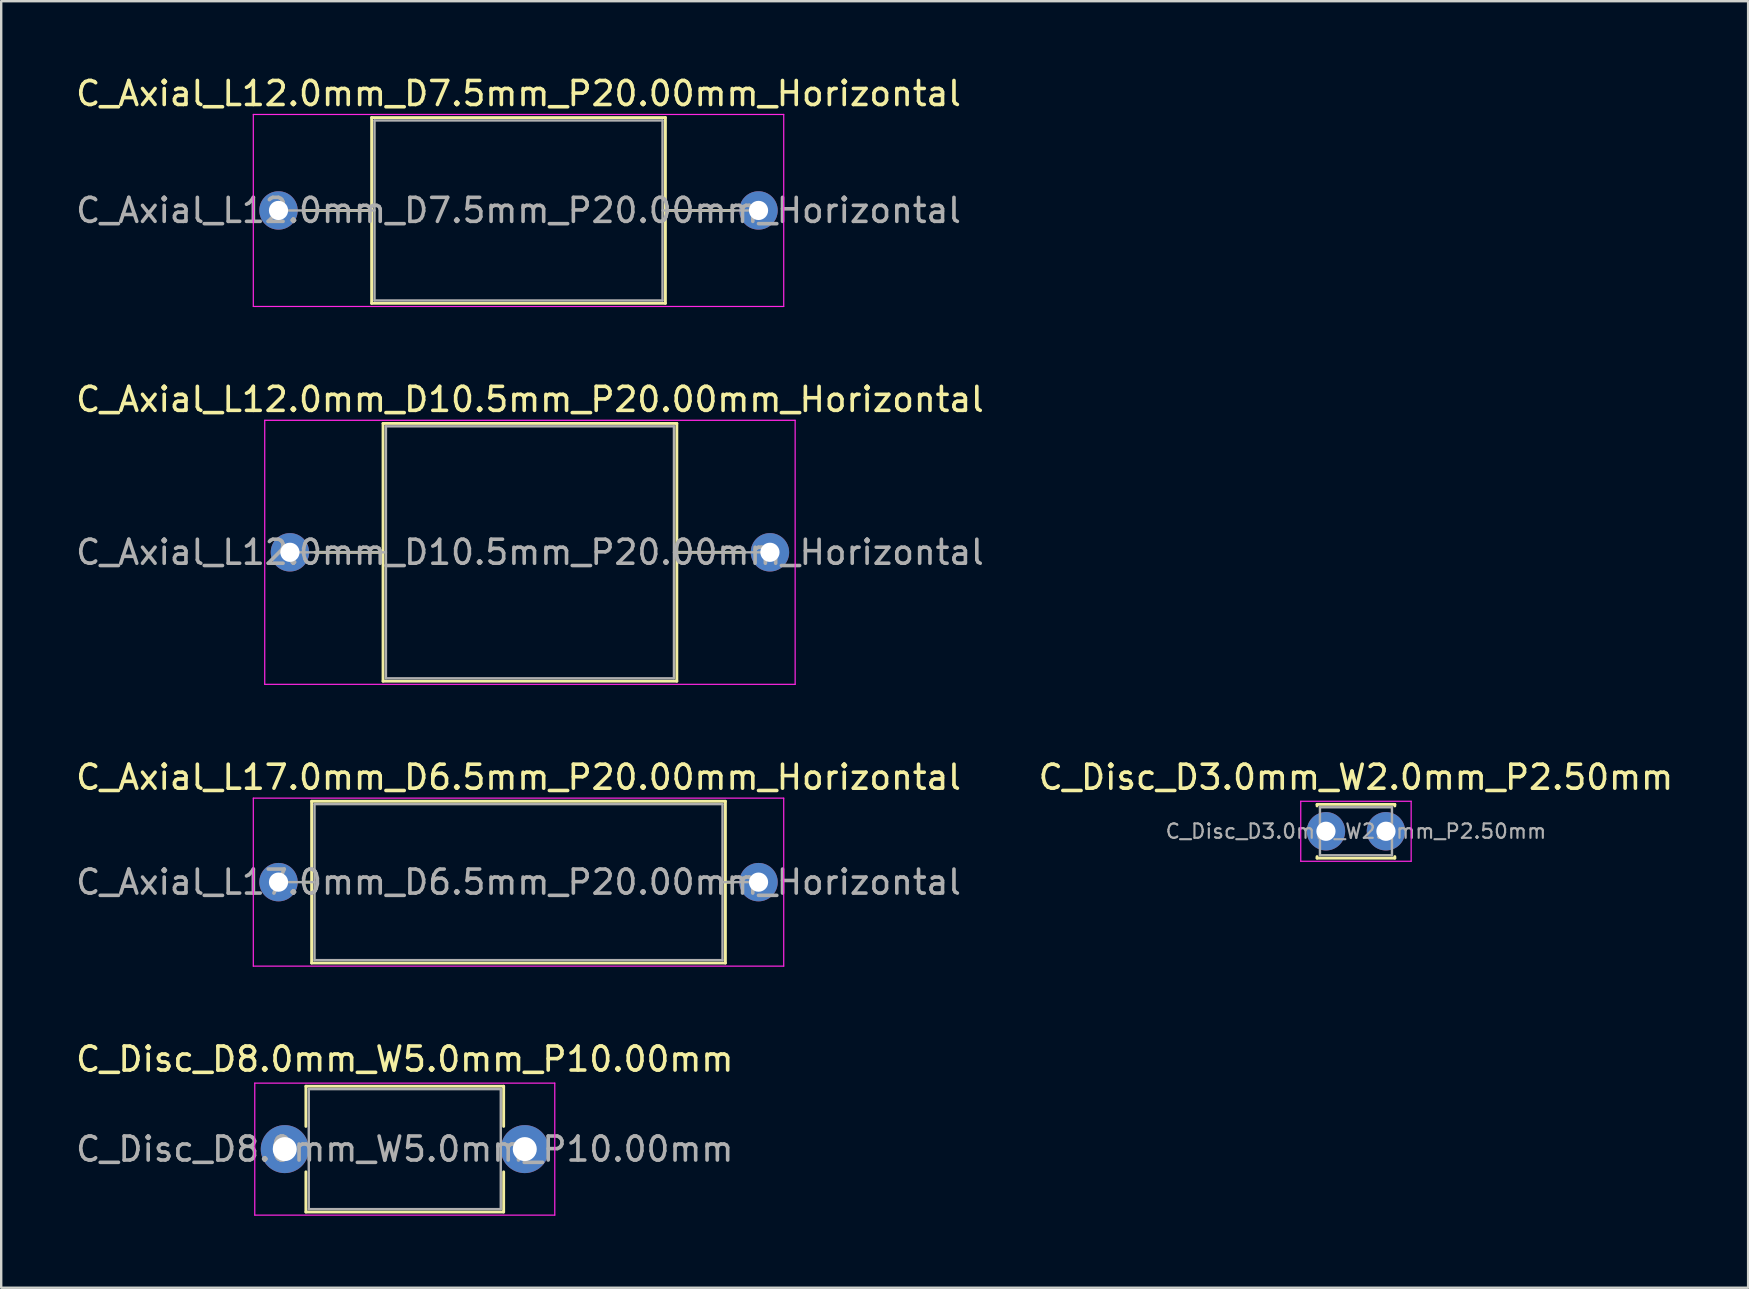
<source format=kicad_pcb>
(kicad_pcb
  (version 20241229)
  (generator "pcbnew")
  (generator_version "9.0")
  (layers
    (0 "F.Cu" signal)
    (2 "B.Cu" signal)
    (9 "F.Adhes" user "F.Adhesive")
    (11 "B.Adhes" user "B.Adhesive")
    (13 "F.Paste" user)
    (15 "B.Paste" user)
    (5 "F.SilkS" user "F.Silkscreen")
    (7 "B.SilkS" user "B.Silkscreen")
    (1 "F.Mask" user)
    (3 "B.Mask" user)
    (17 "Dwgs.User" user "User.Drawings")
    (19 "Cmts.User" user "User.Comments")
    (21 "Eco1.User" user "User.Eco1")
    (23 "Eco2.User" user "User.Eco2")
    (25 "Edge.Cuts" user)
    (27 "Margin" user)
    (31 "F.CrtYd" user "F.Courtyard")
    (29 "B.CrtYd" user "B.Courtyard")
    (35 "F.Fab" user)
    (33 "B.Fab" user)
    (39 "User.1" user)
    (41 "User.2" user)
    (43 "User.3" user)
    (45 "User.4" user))
  (footprint "C_Disc_D3.0mm_W2.0mm_P2.50mm"
    (layer "F.Cu")
    (at 52.196 31.585)
    (property "Reference" "C_Disc_D3.0mm_W2.0mm_P2.50mm" (at 1.25 -2.25 0) (layer "F.SilkS") (effects (font (size 1 1) (thickness 0.15))))
    (attr through_hole)
    (fp_line (start -0.37 -1.12) (end -0.37 -1.055) (stroke (width 0.12) (type solid)) (layer "F.SilkS"))
    (fp_line (start -0.37 -1.12) (end 2.87 -1.12) (stroke (width 0.12) (type solid)) (layer "F.SilkS"))
    (fp_line (start -0.37 1.055) (end -0.37 1.12) (stroke (width 0.12) (type solid)) (layer "F.SilkS"))
    (fp_line (start -0.37 1.12) (end 2.87 1.12) (stroke (width 0.12) (type solid)) (layer "F.SilkS"))
    (fp_line (start 2.87 -1.12) (end 2.87 -1.055) (stroke (width 0.12) (type solid)) (layer "F.SilkS"))
    (fp_line (start 2.87 1.055) (end 2.87 1.12) (stroke (width 0.12) (type solid)) (layer "F.SilkS"))
    (fp_line (start -1.05 -1.25) (end -1.05 1.25) (stroke (width 0.05) (type solid)) (layer "F.CrtYd"))
    (fp_line (start -1.05 1.25) (end 3.55 1.25) (stroke (width 0.05) (type solid)) (layer "F.CrtYd"))
    (fp_line (start 3.55 -1.25) (end -1.05 -1.25) (stroke (width 0.05) (type solid)) (layer "F.CrtYd"))
    (fp_line (start 3.55 1.25) (end 3.55 -1.25) (stroke (width 0.05) (type solid)) (layer "F.CrtYd"))
    (fp_line (start -0.25 -1) (end -0.25 1) (stroke (width 0.1) (type solid)) (layer "F.Fab"))
    (fp_line (start -0.25 1) (end 2.75 1) (stroke (width 0.1) (type solid)) (layer "F.Fab"))
    (fp_line (start 2.75 -1) (end -0.25 -1) (stroke (width 0.1) (type solid)) (layer "F.Fab"))
    (fp_line (start 2.75 1) (end 2.75 -1) (stroke (width 0.1) (type solid)) (layer "F.Fab"))
    (fp_text user "${REFERENCE}" (at 1.25 0 0) (layer "F.Fab") (effects (font (size 0.6 0.6) (thickness 0.09))))
    (pad "1" thru_hole circle (at 0 0) (size 1.6 1.6) (drill 0.8) (layers "*.Cu" "*.Mask"))
    (pad "2" thru_hole circle (at 2.5 0) (size 1.6 1.6) (drill 0.8) (layers "*.Cu" "*.Mask")))
  (footprint "C_Axial_L12.0mm_D10.5mm_P20.00mm_Horizontal"
    (layer "F.Cu")
    (at 9.03 19.962)
    (property "Reference" "C_Axial_L12.0mm_D10.5mm_P20.00mm_Horizontal" (at 10 -6.37 0) (layer "F.SilkS") (effects (font (size 1 1) (thickness 0.15))))
    (attr through_hole)
    (fp_line (start 1.04 0) (end 3.88 0) (stroke (width 0.12) (type solid)) (layer "F.SilkS"))
    (fp_line (start 3.88 -5.37) (end 3.88 5.37) (stroke (width 0.12) (type solid)) (layer "F.SilkS"))
    (fp_line (start 3.88 5.37) (end 16.12 5.37) (stroke (width 0.12) (type solid)) (layer "F.SilkS"))
    (fp_line (start 16.12 -5.37) (end 3.88 -5.37) (stroke (width 0.12) (type solid)) (layer "F.SilkS"))
    (fp_line (start 16.12 5.37) (end 16.12 -5.37) (stroke (width 0.12) (type solid)) (layer "F.SilkS"))
    (fp_line (start 18.96 0) (end 16.12 0) (stroke (width 0.12) (type solid)) (layer "F.SilkS"))
    (fp_line (start -1.05 -5.5) (end -1.05 5.5) (stroke (width 0.05) (type solid)) (layer "F.CrtYd"))
    (fp_line (start -1.05 5.5) (end 21.05 5.5) (stroke (width 0.05) (type solid)) (layer "F.CrtYd"))
    (fp_line (start 21.05 -5.5) (end -1.05 -5.5) (stroke (width 0.05) (type solid)) (layer "F.CrtYd"))
    (fp_line (start 21.05 5.5) (end 21.05 -5.5) (stroke (width 0.05) (type solid)) (layer "F.CrtYd"))
    (fp_line (start 0 0) (end 4 0) (stroke (width 0.1) (type solid)) (layer "F.Fab"))
    (fp_line (start 4 -5.25) (end 4 5.25) (stroke (width 0.1) (type solid)) (layer "F.Fab"))
    (fp_line (start 4 5.25) (end 16 5.25) (stroke (width 0.1) (type solid)) (layer "F.Fab"))
    (fp_line (start 16 -5.25) (end 4 -5.25) (stroke (width 0.1) (type solid)) (layer "F.Fab"))
    (fp_line (start 16 5.25) (end 16 -5.25) (stroke (width 0.1) (type solid)) (layer "F.Fab"))
    (fp_line (start 20 0) (end 16 0) (stroke (width 0.1) (type solid)) (layer "F.Fab"))
    (fp_text user "${REFERENCE}" (at 10 0 0) (layer "F.Fab") (effects (font (size 1 1) (thickness 0.15))))
    (pad "1" thru_hole circle (at 0 0) (size 1.6 1.6) (drill 0.8) (layers "*.Cu" "*.Mask"))
    (pad "2" thru_hole oval (at 20 0) (size 1.6 1.6) (drill 0.8) (layers "*.Cu" "*.Mask")))
  (footprint "C_Axial_L12.0mm_D7.5mm_P20.00mm_Horizontal"
    (layer "F.Cu")
    (at 8.554 5.718)
    (property "Reference" "C_Axial_L12.0mm_D7.5mm_P20.00mm_Horizontal" (at 10 -4.87 0) (layer "F.SilkS") (effects (font (size 1 1) (thickness 0.15))))
    (attr through_hole)
    (fp_line (start 1.04 0) (end 3.88 0) (stroke (width 0.12) (type solid)) (layer "F.SilkS"))
    (fp_line (start 3.88 -3.87) (end 3.88 3.87) (stroke (width 0.12) (type solid)) (layer "F.SilkS"))
    (fp_line (start 3.88 3.87) (end 16.12 3.87) (stroke (width 0.12) (type solid)) (layer "F.SilkS"))
    (fp_line (start 16.12 -3.87) (end 3.88 -3.87) (stroke (width 0.12) (type solid)) (layer "F.SilkS"))
    (fp_line (start 16.12 3.87) (end 16.12 -3.87) (stroke (width 0.12) (type solid)) (layer "F.SilkS"))
    (fp_line (start 18.96 0) (end 16.12 0) (stroke (width 0.12) (type solid)) (layer "F.SilkS"))
    (fp_line (start -1.05 -4) (end -1.05 4) (stroke (width 0.05) (type solid)) (layer "F.CrtYd"))
    (fp_line (start -1.05 4) (end 21.05 4) (stroke (width 0.05) (type solid)) (layer "F.CrtYd"))
    (fp_line (start 21.05 -4) (end -1.05 -4) (stroke (width 0.05) (type solid)) (layer "F.CrtYd"))
    (fp_line (start 21.05 4) (end 21.05 -4) (stroke (width 0.05) (type solid)) (layer "F.CrtYd"))
    (fp_line (start 0 0) (end 4 0) (stroke (width 0.1) (type solid)) (layer "F.Fab"))
    (fp_line (start 4 -3.75) (end 4 3.75) (stroke (width 0.1) (type solid)) (layer "F.Fab"))
    (fp_line (start 4 3.75) (end 16 3.75) (stroke (width 0.1) (type solid)) (layer "F.Fab"))
    (fp_line (start 16 -3.75) (end 4 -3.75) (stroke (width 0.1) (type solid)) (layer "F.Fab"))
    (fp_line (start 16 3.75) (end 16 -3.75) (stroke (width 0.1) (type solid)) (layer "F.Fab"))
    (fp_line (start 20 0) (end 16 0) (stroke (width 0.1) (type solid)) (layer "F.Fab"))
    (fp_text user "${REFERENCE}" (at 10 0 0) (layer "F.Fab") (effects (font (size 1 1) (thickness 0.15))))
    (pad "1" thru_hole circle (at 0 0) (size 1.6 1.6) (drill 0.8) (layers "*.Cu" "*.Mask"))
    (pad "2" thru_hole oval (at 20 0) (size 1.6 1.6) (drill 0.8) (layers "*.Cu" "*.Mask")))
  (footprint "C_Axial_L17.0mm_D6.5mm_P20.00mm_Horizontal"
    (layer "F.Cu")
    (at 8.554 33.705)
    (property "Reference" "C_Axial_L17.0mm_D6.5mm_P20.00mm_Horizontal" (at 10 -4.37 0) (layer "F.SilkS") (effects (font (size 1 1) (thickness 0.15))))
    (attr through_hole)
    (fp_line (start 1.04 0) (end 1.38 0) (stroke (width 0.12) (type solid)) (layer "F.SilkS"))
    (fp_line (start 1.38 -3.37) (end 1.38 3.37) (stroke (width 0.12) (type solid)) (layer "F.SilkS"))
    (fp_line (start 1.38 3.37) (end 18.62 3.37) (stroke (width 0.12) (type solid)) (layer "F.SilkS"))
    (fp_line (start 18.62 -3.37) (end 1.38 -3.37) (stroke (width 0.12) (type solid)) (layer "F.SilkS"))
    (fp_line (start 18.62 3.37) (end 18.62 -3.37) (stroke (width 0.12) (type solid)) (layer "F.SilkS"))
    (fp_line (start 18.96 0) (end 18.62 0) (stroke (width 0.12) (type solid)) (layer "F.SilkS"))
    (fp_line (start -1.05 -3.5) (end -1.05 3.5) (stroke (width 0.05) (type solid)) (layer "F.CrtYd"))
    (fp_line (start -1.05 3.5) (end 21.05 3.5) (stroke (width 0.05) (type solid)) (layer "F.CrtYd"))
    (fp_line (start 21.05 -3.5) (end -1.05 -3.5) (stroke (width 0.05) (type solid)) (layer "F.CrtYd"))
    (fp_line (start 21.05 3.5) (end 21.05 -3.5) (stroke (width 0.05) (type solid)) (layer "F.CrtYd"))
    (fp_line (start 0 0) (end 1.5 0) (stroke (width 0.1) (type solid)) (layer "F.Fab"))
    (fp_line (start 1.5 -3.25) (end 1.5 3.25) (stroke (width 0.1) (type solid)) (layer "F.Fab"))
    (fp_line (start 1.5 3.25) (end 18.5 3.25) (stroke (width 0.1) (type solid)) (layer "F.Fab"))
    (fp_line (start 18.5 -3.25) (end 1.5 -3.25) (stroke (width 0.1) (type solid)) (layer "F.Fab"))
    (fp_line (start 18.5 3.25) (end 18.5 -3.25) (stroke (width 0.1) (type solid)) (layer "F.Fab"))
    (fp_line (start 20 0) (end 18.5 0) (stroke (width 0.1) (type solid)) (layer "F.Fab"))
    (fp_text user "${REFERENCE}" (at 10 0 0) (layer "F.Fab") (effects (font (size 1 1) (thickness 0.15))))
    (pad "1" thru_hole circle (at 0 0) (size 1.6 1.6) (drill 0.8) (layers "*.Cu" "*.Mask"))
    (pad "2" thru_hole oval (at 20 0) (size 1.6 1.6) (drill 0.8) (layers "*.Cu" "*.Mask")))
  (footprint "C_Disc_D8.0mm_W5.0mm_P10.00mm"
    (layer "F.Cu")
    (at 8.815 44.828)
    (property "Reference" "C_Disc_D8.0mm_W5.0mm_P10.00mm" (at 5 -3.75 0) (layer "F.SilkS") (effects (font (size 1 1) (thickness 0.15))))
    (attr through_hole)
    (fp_line (start 0.88 -2.62) (end 0.88 -0.946) (stroke (width 0.12) (type solid)) (layer "F.SilkS"))
    (fp_line (start 0.88 -2.62) (end 9.12 -2.62) (stroke (width 0.12) (type solid)) (layer "F.SilkS"))
    (fp_line (start 0.88 0.946) (end 0.88 2.62) (stroke (width 0.12) (type solid)) (layer "F.SilkS"))
    (fp_line (start 0.88 2.62) (end 9.12 2.62) (stroke (width 0.12) (type solid)) (layer "F.SilkS"))
    (fp_line (start 9.12 -2.62) (end 9.12 -0.946) (stroke (width 0.12) (type solid)) (layer "F.SilkS"))
    (fp_line (start 9.12 0.946) (end 9.12 2.62) (stroke (width 0.12) (type solid)) (layer "F.SilkS"))
    (fp_line (start -1.25 -2.75) (end -1.25 2.75) (stroke (width 0.05) (type solid)) (layer "F.CrtYd"))
    (fp_line (start -1.25 2.75) (end 11.25 2.75) (stroke (width 0.05) (type solid)) (layer "F.CrtYd"))
    (fp_line (start 11.25 -2.75) (end -1.25 -2.75) (stroke (width 0.05) (type solid)) (layer "F.CrtYd"))
    (fp_line (start 11.25 2.75) (end 11.25 -2.75) (stroke (width 0.05) (type solid)) (layer "F.CrtYd"))
    (fp_line (start 1 -2.5) (end 1 2.5) (stroke (width 0.1) (type solid)) (layer "F.Fab"))
    (fp_line (start 1 2.5) (end 9 2.5) (stroke (width 0.1) (type solid)) (layer "F.Fab"))
    (fp_line (start 9 -2.5) (end 1 -2.5) (stroke (width 0.1) (type solid)) (layer "F.Fab"))
    (fp_line (start 9 2.5) (end 9 -2.5) (stroke (width 0.1) (type solid)) (layer "F.Fab"))
    (fp_text user "${REFERENCE}" (at 5 0 0) (layer "F.Fab") (effects (font (size 1 1) (thickness 0.15))))
    (pad "1" thru_hole circle (at 0 0) (size 2 2) (drill 1) (layers "*.Cu" "*.Mask"))
    (pad "2" thru_hole circle (at 10 0) (size 2 2) (drill 1) (layers "*.Cu" "*.Mask")))
  (gr_rect
    (start -3 -3)
    (end 69.786 50.603)
    (stroke (width 0.1) (type default))
    (fill no)
    (layer "Edge.Cuts")))
</source>
